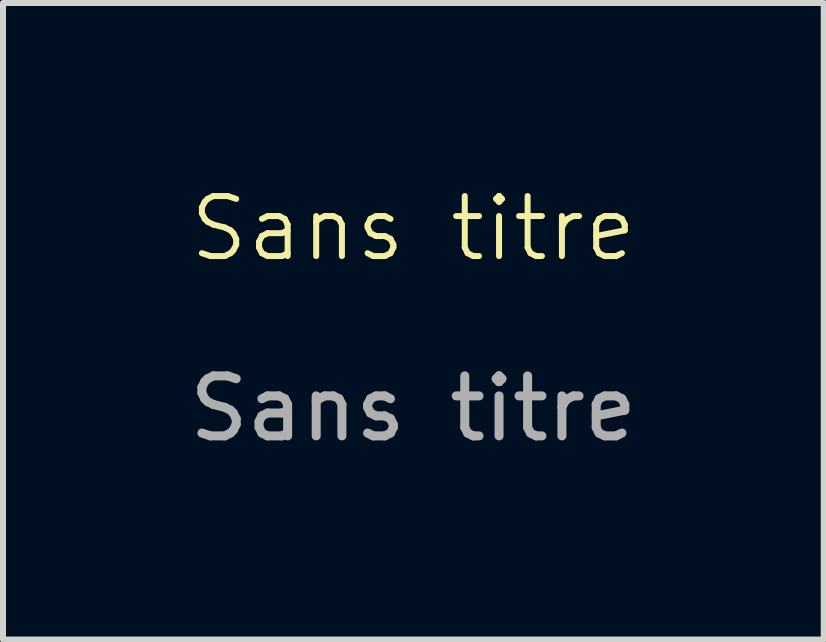
<source format=kicad_pcb>
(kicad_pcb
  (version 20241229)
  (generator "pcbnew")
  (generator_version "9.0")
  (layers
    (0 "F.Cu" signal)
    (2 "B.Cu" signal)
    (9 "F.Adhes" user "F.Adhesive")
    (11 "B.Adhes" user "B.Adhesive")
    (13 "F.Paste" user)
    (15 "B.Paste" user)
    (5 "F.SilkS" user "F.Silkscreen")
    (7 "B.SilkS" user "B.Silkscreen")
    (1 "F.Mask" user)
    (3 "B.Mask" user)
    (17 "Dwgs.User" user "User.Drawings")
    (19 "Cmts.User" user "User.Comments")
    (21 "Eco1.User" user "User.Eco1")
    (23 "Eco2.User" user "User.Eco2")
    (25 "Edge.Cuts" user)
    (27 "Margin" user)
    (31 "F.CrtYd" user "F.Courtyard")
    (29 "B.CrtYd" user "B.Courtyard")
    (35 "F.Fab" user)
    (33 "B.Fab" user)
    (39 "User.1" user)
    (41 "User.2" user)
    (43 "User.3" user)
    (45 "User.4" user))
  (footprint "Sans titre"
    (layer "F.Cu")
    (at 3.839 1.26)
    (property "Reference" "Sans titre" (at 0 -0.5 0) (unlocked yes) (layer "F.SilkS") (effects (font (size 1 1) (thickness 0.1))))
    (fp_text user "${REFERENCE}" (at 0 2.5 0) (unlocked yes) (layer "F.Fab") (effects (font (size 1 1) (thickness 0.15)))))
  (gr_rect
    (start -3 -3)
    (end 10.679 7.609)
    (stroke (width 0.1) (type default))
    (fill no)
    (layer "Edge.Cuts")))
</source>
